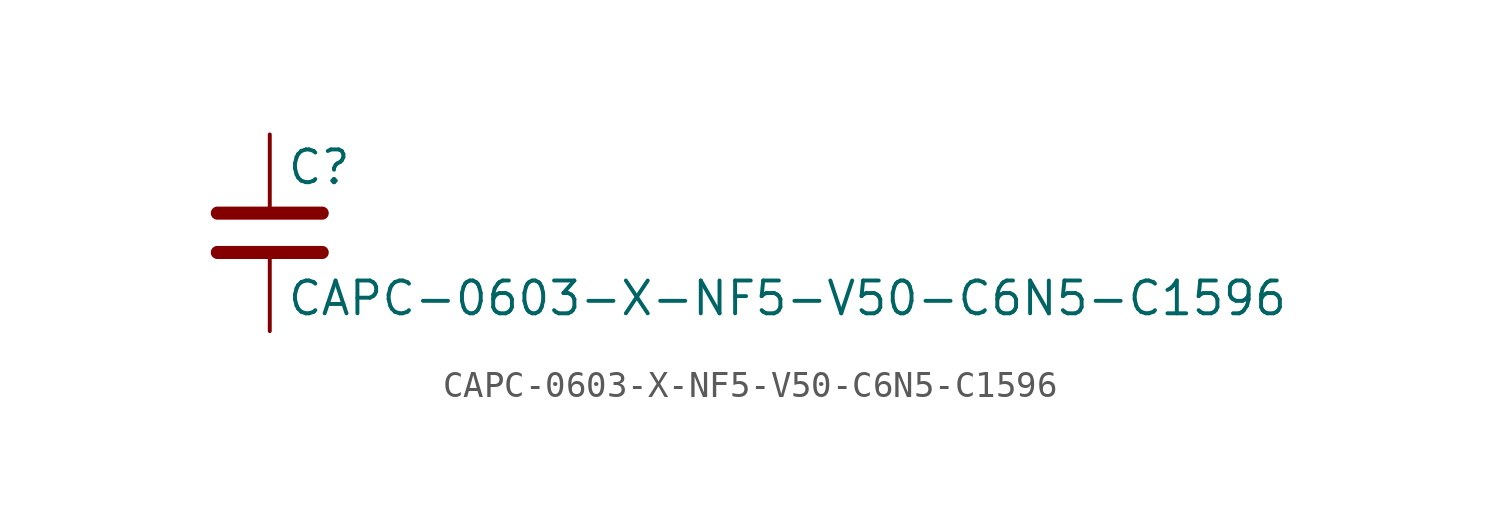
<source format=kicad_sym>
(kicad_symbol_lib
  (version 20211014)
  (generator kicad_symbol_editor)
  (symbol "CAPC-0603-X-NF5-V50-C6N5-C1596"
    (pin_numbers hide)
    (pin_names
      (offset 0.254))
    (property "Reference" "C"
      (at 0.635 2.54 0)
      (effects (font (size 1.27 1.27)) (justify left)))
    (property "Value" "CAPC-0603-X-NF5-V50-C6N5-C1596"
      (at 0.635 -2.54 0)
      (effects (font (size 1.27 1.27)) (justify left)))
    (symbol "CAPC-0603-X-NF5-V50-C6N5-C1596_0_1"
      (polyline (pts (xy -2.032 -0.762) (xy 2.032 -0.762)) (stroke (width 0.508) (type default) (color 0 0 0 0)) (fill (type none)))
      (polyline (pts (xy -2.032 0.762) (xy 2.032 0.762)) (stroke (width 0.508) (type default) (color 0 0 0 0)) (fill (type none))))
    (symbol "CAPC-0603-X-NF5-V50-C6N5-C1596_1_1"
      (pin passive line (at 0 3.81 270) (length 2.794) (name "~" (effects (font (size 1.27 1.27)))) (number "1" (effects (font (size 1.27 1.27)))))
      (pin passive line (at 0 -3.81 90) (length 2.794) (name "~" (effects (font (size 1.27 1.27)))) (number "2" (effects (font (size 1.27 1.27))))))))
</source>
